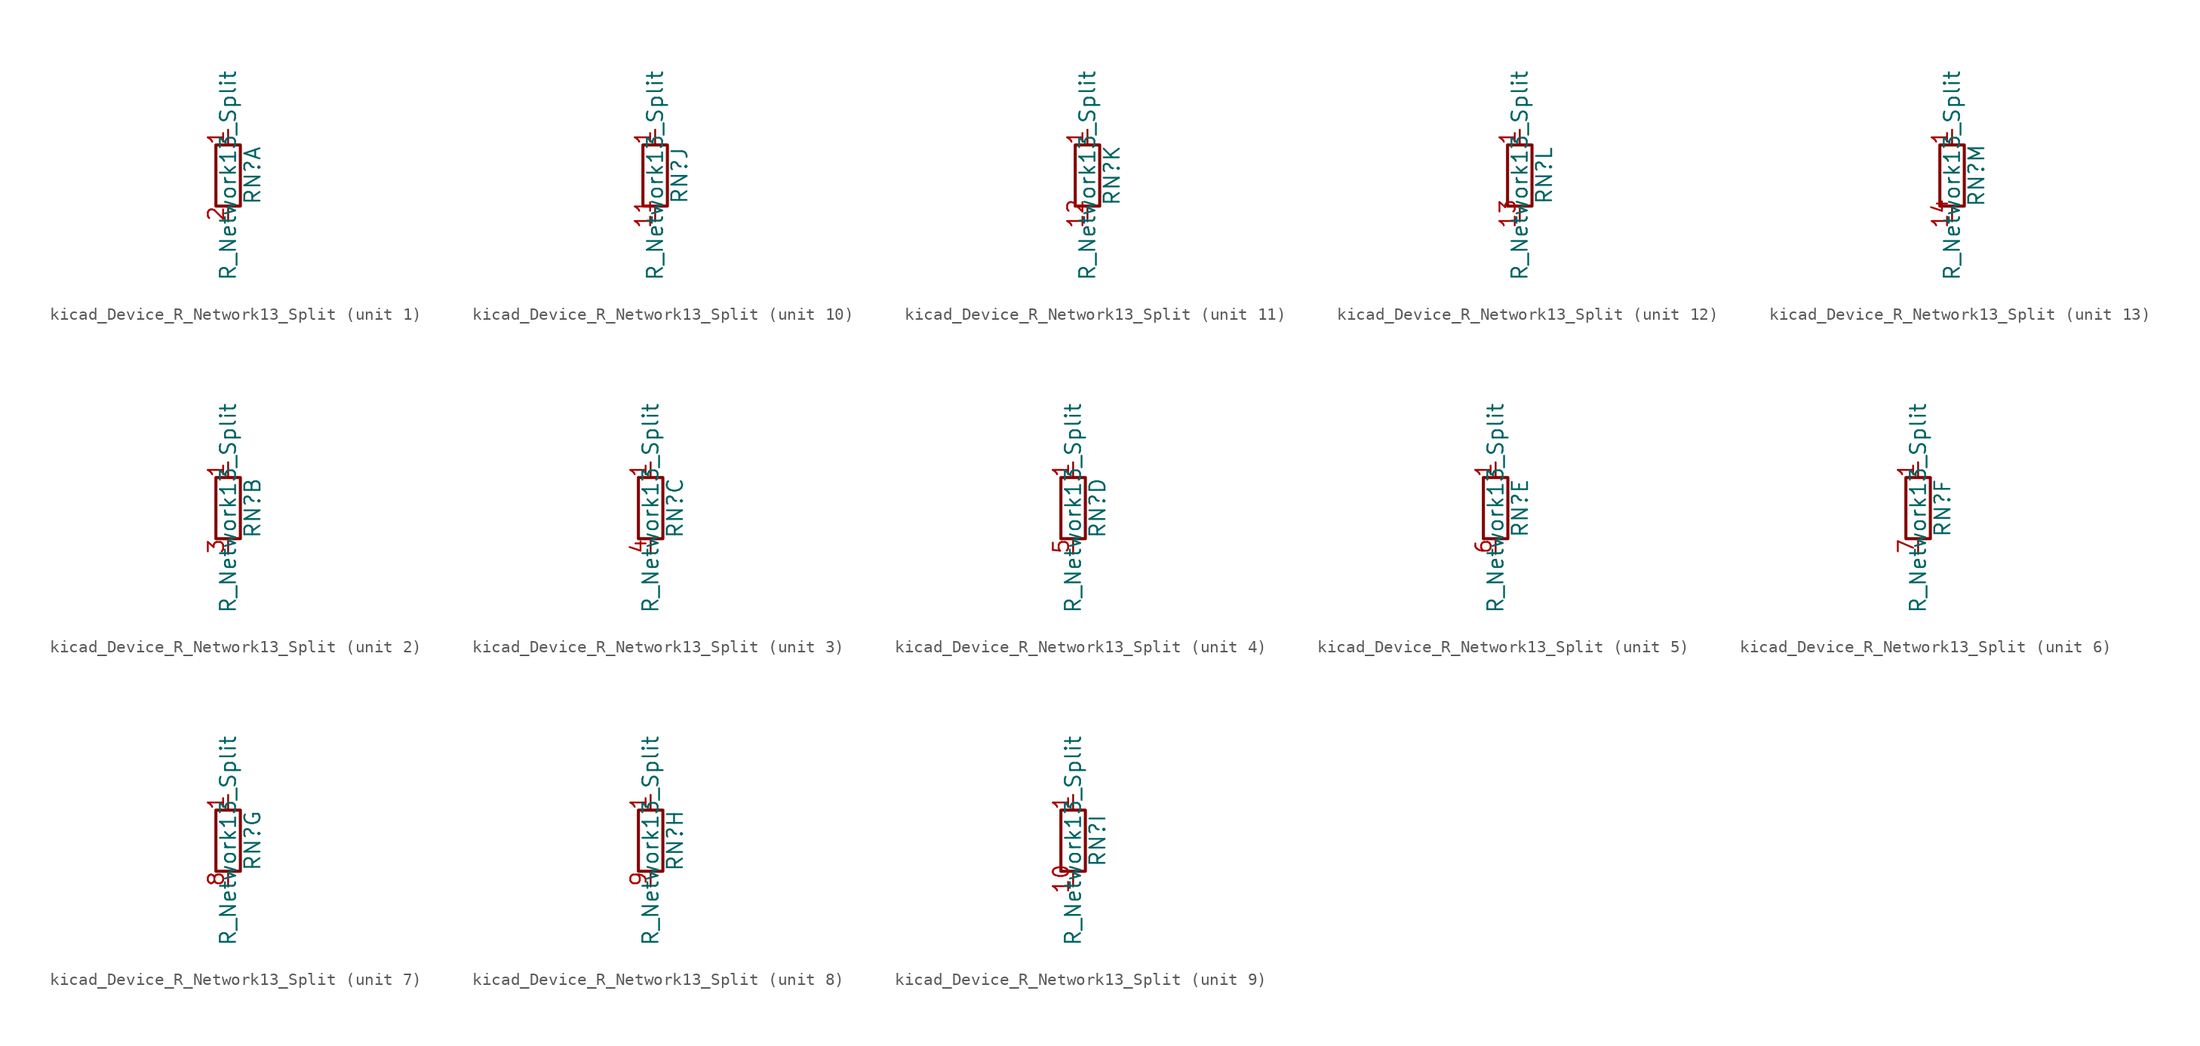
<source format=kicad_sym>
(kicad_symbol_lib
  (version 20220914)
  (generator kicad_symbol_editor)
  (symbol "kicad_Device_R_Network13_Split"
    (pin_names
      (offset 0) hide)
    (property "Reference" "RN"
      (at 2.032 0 90)
      (effects (font (size 1.27 1.27))))
    (property "Value" "R_Network13_Split"
      (at 0 0 90)
      (effects (font (size 1.27 1.27))))
    (symbol "kicad_Device_R_Network13_Split_0_1"
      (rectangle (start 1.016 2.54) (end -1.016 -2.54) (stroke (width 0.254) (type default)) (fill (type none)))
      (pin passive line (at 0 3.81 270) (length 1.27) (name "R1" (effects (font (size 1.27 1.27)))) (number "1" (effects (font (size 1.27 1.27))))))
    (symbol "kicad_Device_R_Network13_Split_1_1"
      (pin passive line (at 0 -3.81 90) (length 1.27) (name "R1.2" (effects (font (size 1.27 1.27)))) (number "2" (effects (font (size 1.27 1.27))))))
    (symbol "kicad_Device_R_Network13_Split_2_1"
      (pin passive line (at 0 -3.81 90) (length 1.27) (name "R2.2" (effects (font (size 1.27 1.27)))) (number "3" (effects (font (size 1.27 1.27))))))
    (symbol "kicad_Device_R_Network13_Split_3_1"
      (pin passive line (at 0 -3.81 90) (length 1.27) (name "R3.2" (effects (font (size 1.27 1.27)))) (number "4" (effects (font (size 1.27 1.27))))))
    (symbol "kicad_Device_R_Network13_Split_4_1"
      (pin passive line (at 0 -3.81 90) (length 1.27) (name "R4.2" (effects (font (size 1.27 1.27)))) (number "5" (effects (font (size 1.27 1.27))))))
    (symbol "kicad_Device_R_Network13_Split_5_1"
      (pin passive line (at 0 -3.81 90) (length 1.27) (name "R5.2" (effects (font (size 1.27 1.27)))) (number "6" (effects (font (size 1.27 1.27))))))
    (symbol "kicad_Device_R_Network13_Split_6_1"
      (pin passive line (at 0 -3.81 90) (length 1.27) (name "R6.2" (effects (font (size 1.27 1.27)))) (number "7" (effects (font (size 1.27 1.27))))))
    (symbol "kicad_Device_R_Network13_Split_7_1"
      (pin passive line (at 0 -3.81 90) (length 1.27) (name "R7.2" (effects (font (size 1.27 1.27)))) (number "8" (effects (font (size 1.27 1.27))))))
    (symbol "kicad_Device_R_Network13_Split_8_1"
      (pin passive line (at 0 -3.81 90) (length 1.27) (name "R8.2" (effects (font (size 1.27 1.27)))) (number "9" (effects (font (size 1.27 1.27))))))
    (symbol "kicad_Device_R_Network13_Split_9_1"
      (pin passive line (at 0 -3.81 90) (length 1.27) (name "R9.2" (effects (font (size 1.27 1.27)))) (number "10" (effects (font (size 1.27 1.27))))))
    (symbol "kicad_Device_R_Network13_Split_10_1"
      (pin passive line (at 0 -3.81 90) (length 1.27) (name "R10.2" (effects (font (size 1.27 1.27)))) (number "11" (effects (font (size 1.27 1.27))))))
    (symbol "kicad_Device_R_Network13_Split_11_1"
      (pin passive line (at 0 -3.81 90) (length 1.27) (name "R11.2" (effects (font (size 1.27 1.27)))) (number "12" (effects (font (size 1.27 1.27))))))
    (symbol "kicad_Device_R_Network13_Split_12_1"
      (pin passive line (at 0 -3.81 90) (length 1.27) (name "R12.2" (effects (font (size 1.27 1.27)))) (number "13" (effects (font (size 1.27 1.27))))))
    (symbol "kicad_Device_R_Network13_Split_13_1"
      (pin passive line (at 0 -3.81 90) (length 1.27) (name "R13.2" (effects (font (size 1.27 1.27)))) (number "14" (effects (font (size 1.27 1.27))))))))
</source>
